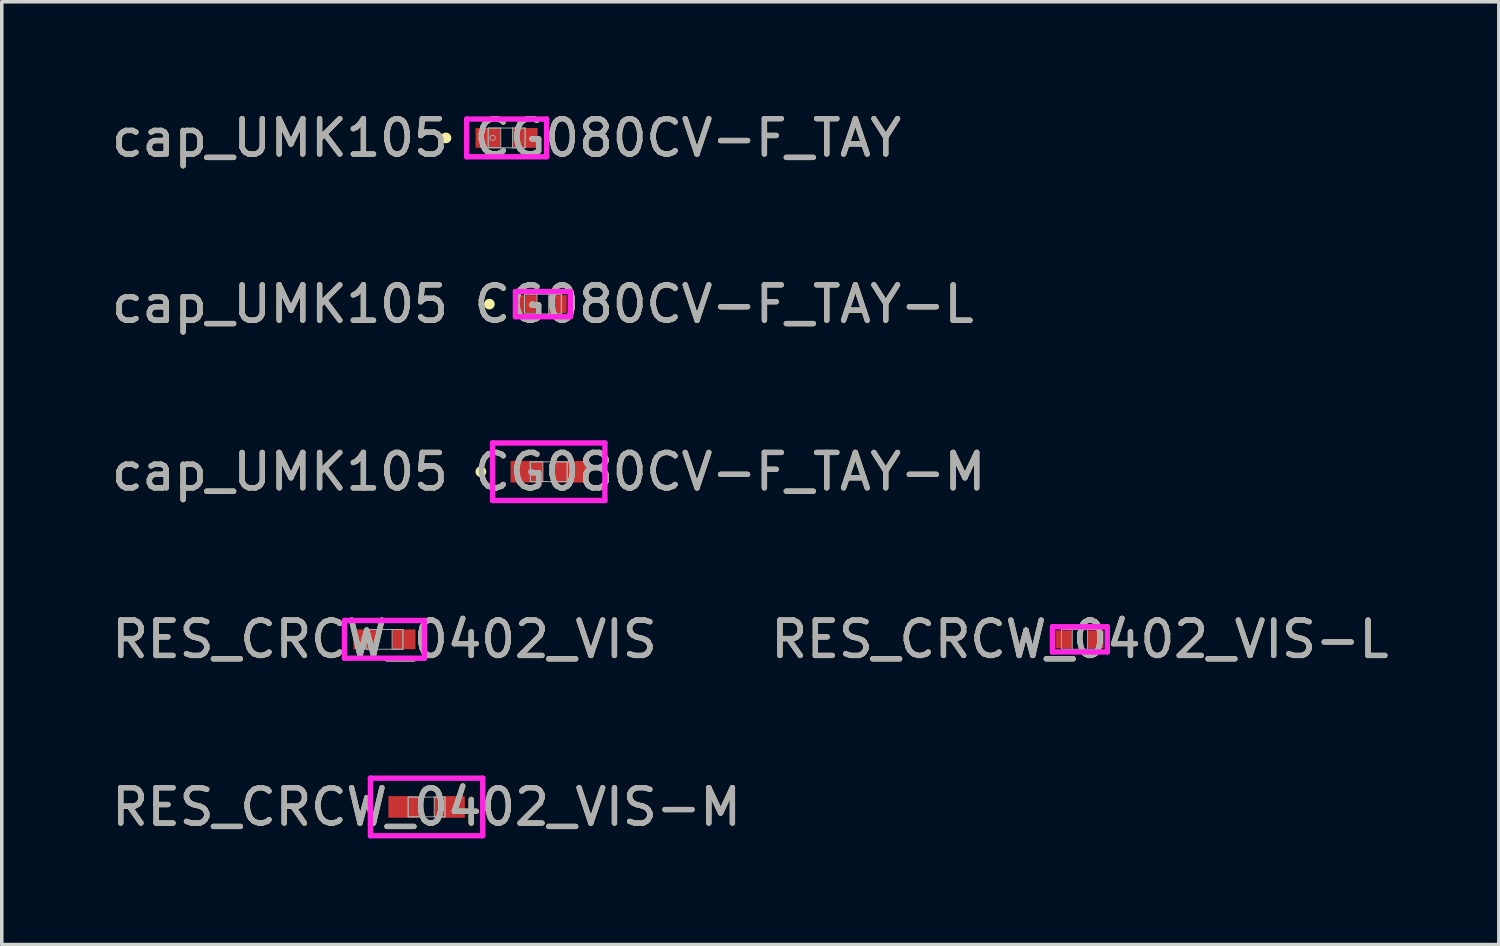
<source format=kicad_pcb>
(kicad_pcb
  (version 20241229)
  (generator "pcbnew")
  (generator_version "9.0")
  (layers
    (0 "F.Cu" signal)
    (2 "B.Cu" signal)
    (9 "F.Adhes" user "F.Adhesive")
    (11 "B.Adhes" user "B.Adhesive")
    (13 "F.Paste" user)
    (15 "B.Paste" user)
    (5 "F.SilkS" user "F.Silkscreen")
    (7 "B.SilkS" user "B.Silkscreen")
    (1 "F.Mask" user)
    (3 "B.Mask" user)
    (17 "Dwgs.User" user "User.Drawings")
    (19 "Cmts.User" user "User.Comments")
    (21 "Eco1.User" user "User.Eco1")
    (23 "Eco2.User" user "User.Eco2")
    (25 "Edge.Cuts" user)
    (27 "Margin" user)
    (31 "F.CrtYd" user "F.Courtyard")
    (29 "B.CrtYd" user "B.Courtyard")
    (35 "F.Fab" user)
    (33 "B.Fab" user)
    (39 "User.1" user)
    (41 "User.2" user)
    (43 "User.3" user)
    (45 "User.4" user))
  (footprint "RES_CRCW_0402_VIS-L"
    (layer "F.Cu")
    (at 27.47 15.019)
    (property "Reference" "RES_CRCW_0402_VIS-L" (at 0 0 0) (unlocked yes) (layer "F.SilkS") (effects (font (size 1 1) (thickness 0.15))))
    (attr smd)
    (fp_line (start -0.775 -0.356) (end 0.775 -0.356) (stroke (width 0.152) (type solid)) (layer "F.CrtYd"))
    (fp_line (start -0.775 0.356) (end -0.775 -0.356) (stroke (width 0.152) (type solid)) (layer "F.CrtYd"))
    (fp_line (start 0.775 -0.356) (end 0.775 0.356) (stroke (width 0.152) (type solid)) (layer "F.CrtYd"))
    (fp_line (start 0.775 0.356) (end -0.775 0.356) (stroke (width 0.152) (type solid)) (layer "F.CrtYd"))
    (fp_line (start -0.521 -0.279) (end -0.521 0.279) (stroke (width 0.025) (type solid)) (layer "F.Fab"))
    (fp_line (start -0.521 -0.279) (end -0.521 0.279) (stroke (width 0.025) (type solid)) (layer "F.Fab"))
    (fp_line (start -0.521 0.279) (end -0.216 0.279) (stroke (width 0.025) (type solid)) (layer "F.Fab"))
    (fp_line (start -0.521 0.279) (end 0.521 0.279) (stroke (width 0.025) (type solid)) (layer "F.Fab"))
    (fp_line (start -0.216 -0.279) (end -0.521 -0.279) (stroke (width 0.025) (type solid)) (layer "F.Fab"))
    (fp_line (start -0.216 0.279) (end -0.216 -0.279) (stroke (width 0.025) (type solid)) (layer "F.Fab"))
    (fp_line (start 0.216 -0.279) (end 0.216 0.279) (stroke (width 0.025) (type solid)) (layer "F.Fab"))
    (fp_line (start 0.216 0.279) (end 0.521 0.279) (stroke (width 0.025) (type solid)) (layer "F.Fab"))
    (fp_line (start 0.521 -0.279) (end -0.521 -0.279) (stroke (width 0.025) (type solid)) (layer "F.Fab"))
    (fp_line (start 0.521 -0.279) (end 0.216 -0.279) (stroke (width 0.025) (type solid)) (layer "F.Fab"))
    (fp_line (start 0.521 0.279) (end 0.521 -0.279) (stroke (width 0.025) (type solid)) (layer "F.Fab"))
    (fp_line (start 0.521 0.279) (end 0.521 -0.279) (stroke (width 0.025) (type solid)) (layer "F.Fab"))
    (fp_text user "${REFERENCE}" (at 0 0 0) (unlocked yes) (layer "F.Fab") (effects (font (size 1 1) (thickness 0.15))))
    (pad "1" smd rect (at -0.445 0) (size 0.457 0.508) (layers "F.Cu" "F.Mask" "F.Paste"))
    (pad "2" smd rect (at 0.445 0) (size 0.457 0.508) (layers "F.Cu" "F.Mask" "F.Paste"))
    (zone (net_name "") (layer "F.Cu") (hatch full 0.508) (connect_pads) (min_thickness 0.254) (filled_areas_thickness no) (keepout (tracks not_allowed) (vias not_allowed) (pads allowed) (copperpour not_allowed) (footprints allowed)) (placement (enabled no)) (fill) (polygon (pts (xy 27.305 14.791) (xy 27.635 14.791) (xy 27.635 15.248) (xy 27.305 15.248)))))
  (footprint "cap_UMK105 CG080CV-F_TAY-M"
    (layer "F.Cu")
    (at 12.458 10.282)
    (property "Reference" "cap_UMK105 CG080CV-F_TAY-M" (at 0 0 0) (unlocked yes) (layer "F.SilkS") (effects (font (size 1 1) (thickness 0.15))))
    (attr smd)
    (fp_circle (center -1.918 0) (end -1.841 0) (stroke (width 0.152) (type solid)) (fill no) (layer "F.SilkS"))
    (fp_line (start -1.587 -0.813) (end 1.587 -0.813) (stroke (width 0.152) (type solid)) (layer "F.CrtYd"))
    (fp_line (start -1.587 0.813) (end -1.587 -0.813) (stroke (width 0.152) (type solid)) (layer "F.CrtYd"))
    (fp_line (start 1.587 -0.813) (end 1.587 0.813) (stroke (width 0.152) (type solid)) (layer "F.CrtYd"))
    (fp_line (start 1.587 0.813) (end -1.587 0.813) (stroke (width 0.152) (type solid)) (layer "F.CrtYd"))
    (fp_line (start -0.521 -0.279) (end -0.521 0.279) (stroke (width 0.025) (type solid)) (layer "F.Fab"))
    (fp_line (start -0.521 -0.279) (end -0.521 0.279) (stroke (width 0.025) (type solid)) (layer "F.Fab"))
    (fp_line (start -0.521 0.279) (end -0.165 0.279) (stroke (width 0.025) (type solid)) (layer "F.Fab"))
    (fp_line (start -0.521 0.279) (end 0.521 0.279) (stroke (width 0.025) (type solid)) (layer "F.Fab"))
    (fp_line (start -0.165 -0.279) (end -0.521 -0.279) (stroke (width 0.025) (type solid)) (layer "F.Fab"))
    (fp_line (start -0.165 0.279) (end -0.165 -0.279) (stroke (width 0.025) (type solid)) (layer "F.Fab"))
    (fp_line (start 0.165 -0.279) (end 0.165 0.279) (stroke (width 0.025) (type solid)) (layer "F.Fab"))
    (fp_line (start 0.165 0.279) (end 0.521 0.279) (stroke (width 0.025) (type solid)) (layer "F.Fab"))
    (fp_line (start 0.521 -0.279) (end -0.521 -0.279) (stroke (width 0.025) (type solid)) (layer "F.Fab"))
    (fp_line (start 0.521 -0.279) (end 0.165 -0.279) (stroke (width 0.025) (type solid)) (layer "F.Fab"))
    (fp_line (start 0.521 0.279) (end 0.521 -0.279) (stroke (width 0.025) (type solid)) (layer "F.Fab"))
    (fp_line (start 0.521 0.279) (end 0.521 -0.279) (stroke (width 0.025) (type solid)) (layer "F.Fab"))
    (fp_circle (center -0.495 0) (end -0.419 0) (stroke (width 0.025) (type solid)) (fill no) (layer "F.Fab"))
    (fp_text user "${REFERENCE}" (at 0 0 0) (unlocked yes) (layer "F.Fab") (effects (font (size 1 1) (thickness 0.15))))
    (pad "1" smd rect (at -0.622 0) (size 0.914 0.61) (layers "F.Cu" "F.Mask" "F.Paste"))
    (pad "2" smd rect (at 0.622 0) (size 0.914 0.61) (layers "F.Cu" "F.Mask" "F.Paste"))
    (zone (net_name "") (layer "F.Cu") (hatch full 0.508) (connect_pads) (min_thickness 0.254) (filled_areas_thickness no) (keepout (tracks not_allowed) (vias not_allowed) (pads allowed) (copperpour not_allowed) (footprints allowed)) (placement (enabled no)) (fill) (polygon (pts (xy 12.344 10.053) (xy 12.573 10.053) (xy 12.573 10.511) (xy 12.344 10.511)))))
  (footprint "RES_CRCW_0402_VIS"
    (layer "F.Cu")
    (at 7.815 15.019)
    (property "Reference" "RES_CRCW_0402_VIS" (at 0 0 0) (unlocked yes) (layer "F.SilkS") (effects (font (size 1 1) (thickness 0.15))))
    (attr smd)
    (fp_line (start -1.13 -0.533) (end 1.13 -0.533) (stroke (width 0.152) (type solid)) (layer "F.CrtYd"))
    (fp_line (start -1.13 0.533) (end -1.13 -0.533) (stroke (width 0.152) (type solid)) (layer "F.CrtYd"))
    (fp_line (start 1.13 -0.533) (end 1.13 0.533) (stroke (width 0.152) (type solid)) (layer "F.CrtYd"))
    (fp_line (start 1.13 0.533) (end -1.13 0.533) (stroke (width 0.152) (type solid)) (layer "F.CrtYd"))
    (fp_line (start -0.521 -0.279) (end -0.521 0.279) (stroke (width 0.025) (type solid)) (layer "F.Fab"))
    (fp_line (start -0.521 -0.279) (end -0.521 0.279) (stroke (width 0.025) (type solid)) (layer "F.Fab"))
    (fp_line (start -0.521 0.279) (end -0.216 0.279) (stroke (width 0.025) (type solid)) (layer "F.Fab"))
    (fp_line (start -0.521 0.279) (end 0.521 0.279) (stroke (width 0.025) (type solid)) (layer "F.Fab"))
    (fp_line (start -0.216 -0.279) (end -0.521 -0.279) (stroke (width 0.025) (type solid)) (layer "F.Fab"))
    (fp_line (start -0.216 0.279) (end -0.216 -0.279) (stroke (width 0.025) (type solid)) (layer "F.Fab"))
    (fp_line (start 0.216 -0.279) (end 0.216 0.279) (stroke (width 0.025) (type solid)) (layer "F.Fab"))
    (fp_line (start 0.216 0.279) (end 0.521 0.279) (stroke (width 0.025) (type solid)) (layer "F.Fab"))
    (fp_line (start 0.521 -0.279) (end -0.521 -0.279) (stroke (width 0.025) (type solid)) (layer "F.Fab"))
    (fp_line (start 0.521 -0.279) (end 0.216 -0.279) (stroke (width 0.025) (type solid)) (layer "F.Fab"))
    (fp_line (start 0.521 0.279) (end 0.521 -0.279) (stroke (width 0.025) (type solid)) (layer "F.Fab"))
    (fp_line (start 0.521 0.279) (end 0.521 -0.279) (stroke (width 0.025) (type solid)) (layer "F.Fab"))
    (fp_text user "${REFERENCE}" (at 0 0 0) (unlocked yes) (layer "F.Fab") (effects (font (size 1 1) (thickness 0.15))))
    (pad "1" smd rect (at -0.546 0) (size 0.66 0.559) (layers "F.Cu" "F.Mask" "F.Paste"))
    (pad "2" smd rect (at 0.546 0) (size 0.66 0.559) (layers "F.Cu" "F.Mask" "F.Paste"))
    (zone (net_name "") (layer "F.Cu") (hatch full 0.508) (connect_pads) (min_thickness 0.254) (filled_areas_thickness no) (keepout (tracks not_allowed) (vias not_allowed) (pads allowed) (copperpour not_allowed) (footprints allowed)) (placement (enabled no)) (fill) (polygon (pts (xy 7.65 14.791) (xy 7.981 14.791) (xy 7.981 15.248) (xy 7.65 15.248)))))
  (footprint "cap_UMK105 CG080CV-F_TAY"
    (layer "F.Cu")
    (at 11.268 0.848)
    (property "Reference" "cap_UMK105 CG080CV-F_TAY" (at 0 0 0) (unlocked yes) (layer "F.SilkS") (effects (font (size 1 1) (thickness 0.15))))
    (attr smd)
    (fp_circle (center -1.714 0) (end -1.638 0) (stroke (width 0.152) (type solid)) (fill no) (layer "F.SilkS"))
    (fp_line (start -1.13 -0.533) (end 1.13 -0.533) (stroke (width 0.152) (type solid)) (layer "F.CrtYd"))
    (fp_line (start -1.13 0.533) (end -1.13 -0.533) (stroke (width 0.152) (type solid)) (layer "F.CrtYd"))
    (fp_line (start 1.13 -0.533) (end 1.13 0.533) (stroke (width 0.152) (type solid)) (layer "F.CrtYd"))
    (fp_line (start 1.13 0.533) (end -1.13 0.533) (stroke (width 0.152) (type solid)) (layer "F.CrtYd"))
    (fp_line (start -0.521 -0.279) (end -0.521 0.279) (stroke (width 0.025) (type solid)) (layer "F.Fab"))
    (fp_line (start -0.521 -0.279) (end -0.521 0.279) (stroke (width 0.025) (type solid)) (layer "F.Fab"))
    (fp_line (start -0.521 0.279) (end -0.165 0.279) (stroke (width 0.025) (type solid)) (layer "F.Fab"))
    (fp_line (start -0.521 0.279) (end 0.521 0.279) (stroke (width 0.025) (type solid)) (layer "F.Fab"))
    (fp_line (start -0.165 -0.279) (end -0.521 -0.279) (stroke (width 0.025) (type solid)) (layer "F.Fab"))
    (fp_line (start -0.165 0.279) (end -0.165 -0.279) (stroke (width 0.025) (type solid)) (layer "F.Fab"))
    (fp_line (start 0.165 -0.279) (end 0.165 0.279) (stroke (width 0.025) (type solid)) (layer "F.Fab"))
    (fp_line (start 0.165 0.279) (end 0.521 0.279) (stroke (width 0.025) (type solid)) (layer "F.Fab"))
    (fp_line (start 0.521 -0.279) (end -0.521 -0.279) (stroke (width 0.025) (type solid)) (layer "F.Fab"))
    (fp_line (start 0.521 -0.279) (end 0.165 -0.279) (stroke (width 0.025) (type solid)) (layer "F.Fab"))
    (fp_line (start 0.521 0.279) (end 0.521 -0.279) (stroke (width 0.025) (type solid)) (layer "F.Fab"))
    (fp_line (start 0.521 0.279) (end 0.521 -0.279) (stroke (width 0.025) (type solid)) (layer "F.Fab"))
    (fp_circle (center -0.394 0) (end -0.318 0) (stroke (width 0.025) (type solid)) (fill no) (layer "F.Fab"))
    (fp_text user "${REFERENCE}" (at 0 0 0) (unlocked yes) (layer "F.Fab") (effects (font (size 1 1) (thickness 0.15))))
    (pad "1" smd rect (at -0.521 0) (size 0.711 0.559) (layers "F.Cu" "F.Mask" "F.Paste"))
    (pad "2" smd rect (at 0.521 0) (size 0.711 0.559) (layers "F.Cu" "F.Mask" "F.Paste"))
    (zone (net_name "") (layer "F.Cu") (hatch full 0.508) (connect_pads) (min_thickness 0.254) (filled_areas_thickness no) (keepout (tracks not_allowed) (vias not_allowed) (pads allowed) (copperpour not_allowed) (footprints allowed)) (placement (enabled no)) (fill) (polygon (pts (xy 11.154 0.62) (xy 11.382 0.62) (xy 11.382 1.077) (xy 11.154 1.077)))))
  (footprint "RES_CRCW_0402_VIS-M"
    (layer "F.Cu")
    (at 9.006 19.756)
    (property "Reference" "RES_CRCW_0402_VIS-M" (at 0 0 0) (unlocked yes) (layer "F.SilkS") (effects (font (size 1 1) (thickness 0.15))))
    (attr smd)
    (fp_line (start -1.587 -0.813) (end 1.587 -0.813) (stroke (width 0.152) (type solid)) (layer "F.CrtYd"))
    (fp_line (start -1.587 0.813) (end -1.587 -0.813) (stroke (width 0.152) (type solid)) (layer "F.CrtYd"))
    (fp_line (start 1.587 -0.813) (end 1.587 0.813) (stroke (width 0.152) (type solid)) (layer "F.CrtYd"))
    (fp_line (start 1.587 0.813) (end -1.587 0.813) (stroke (width 0.152) (type solid)) (layer "F.CrtYd"))
    (fp_line (start -0.521 -0.279) (end -0.521 0.279) (stroke (width 0.025) (type solid)) (layer "F.Fab"))
    (fp_line (start -0.521 -0.279) (end -0.521 0.279) (stroke (width 0.025) (type solid)) (layer "F.Fab"))
    (fp_line (start -0.521 0.279) (end -0.216 0.279) (stroke (width 0.025) (type solid)) (layer "F.Fab"))
    (fp_line (start -0.521 0.279) (end 0.521 0.279) (stroke (width 0.025) (type solid)) (layer "F.Fab"))
    (fp_line (start -0.216 -0.279) (end -0.521 -0.279) (stroke (width 0.025) (type solid)) (layer "F.Fab"))
    (fp_line (start -0.216 0.279) (end -0.216 -0.279) (stroke (width 0.025) (type solid)) (layer "F.Fab"))
    (fp_line (start 0.216 -0.279) (end 0.216 0.279) (stroke (width 0.025) (type solid)) (layer "F.Fab"))
    (fp_line (start 0.216 0.279) (end 0.521 0.279) (stroke (width 0.025) (type solid)) (layer "F.Fab"))
    (fp_line (start 0.521 -0.279) (end -0.521 -0.279) (stroke (width 0.025) (type solid)) (layer "F.Fab"))
    (fp_line (start 0.521 -0.279) (end 0.216 -0.279) (stroke (width 0.025) (type solid)) (layer "F.Fab"))
    (fp_line (start 0.521 0.279) (end 0.521 -0.279) (stroke (width 0.025) (type solid)) (layer "F.Fab"))
    (fp_line (start 0.521 0.279) (end 0.521 -0.279) (stroke (width 0.025) (type solid)) (layer "F.Fab"))
    (fp_text user "${REFERENCE}" (at 0 0 0) (unlocked yes) (layer "F.Fab") (effects (font (size 1 1) (thickness 0.15))))
    (pad "1" smd rect (at -0.648 0) (size 0.864 0.61) (layers "F.Cu" "F.Mask" "F.Paste"))
    (pad "2" smd rect (at 0.648 0) (size 0.864 0.61) (layers "F.Cu" "F.Mask" "F.Paste"))
    (zone (net_name "") (layer "F.Cu") (hatch full 0.508) (connect_pads) (min_thickness 0.254) (filled_areas_thickness no) (keepout (tracks not_allowed) (vias not_allowed) (pads allowed) (copperpour not_allowed) (footprints allowed)) (placement (enabled no)) (fill) (polygon (pts (xy 8.841 19.528) (xy 9.171 19.528) (xy 9.171 19.985) (xy 8.841 19.985)))))
  (footprint "cap_UMK105 CG080CV-F_TAY-L"
    (layer "F.Cu")
    (at 12.292 5.545)
    (property "Reference" "cap_UMK105 CG080CV-F_TAY-L" (at 0 0 0) (unlocked yes) (layer "F.SilkS") (effects (font (size 1 1) (thickness 0.15))))
    (attr smd)
    (fp_circle (center -1.511 0) (end -1.435 0) (stroke (width 0.152) (type solid)) (fill no) (layer "F.SilkS"))
    (fp_line (start -0.775 -0.356) (end 0.775 -0.356) (stroke (width 0.152) (type solid)) (layer "F.CrtYd"))
    (fp_line (start -0.775 0.356) (end -0.775 -0.356) (stroke (width 0.152) (type solid)) (layer "F.CrtYd"))
    (fp_line (start 0.775 -0.356) (end 0.775 0.356) (stroke (width 0.152) (type solid)) (layer "F.CrtYd"))
    (fp_line (start 0.775 0.356) (end -0.775 0.356) (stroke (width 0.152) (type solid)) (layer "F.CrtYd"))
    (fp_line (start -0.521 -0.279) (end -0.521 0.279) (stroke (width 0.025) (type solid)) (layer "F.Fab"))
    (fp_line (start -0.521 -0.279) (end -0.521 0.279) (stroke (width 0.025) (type solid)) (layer "F.Fab"))
    (fp_line (start -0.521 0.279) (end -0.165 0.279) (stroke (width 0.025) (type solid)) (layer "F.Fab"))
    (fp_line (start -0.521 0.279) (end 0.521 0.279) (stroke (width 0.025) (type solid)) (layer "F.Fab"))
    (fp_line (start -0.165 -0.279) (end -0.521 -0.279) (stroke (width 0.025) (type solid)) (layer "F.Fab"))
    (fp_line (start -0.165 0.279) (end -0.165 -0.279) (stroke (width 0.025) (type solid)) (layer "F.Fab"))
    (fp_line (start 0.165 -0.279) (end 0.165 0.279) (stroke (width 0.025) (type solid)) (layer "F.Fab"))
    (fp_line (start 0.165 0.279) (end 0.521 0.279) (stroke (width 0.025) (type solid)) (layer "F.Fab"))
    (fp_line (start 0.521 -0.279) (end -0.521 -0.279) (stroke (width 0.025) (type solid)) (layer "F.Fab"))
    (fp_line (start 0.521 -0.279) (end 0.165 -0.279) (stroke (width 0.025) (type solid)) (layer "F.Fab"))
    (fp_line (start 0.521 0.279) (end 0.521 -0.279) (stroke (width 0.025) (type solid)) (layer "F.Fab"))
    (fp_line (start 0.521 0.279) (end 0.521 -0.279) (stroke (width 0.025) (type solid)) (layer "F.Fab"))
    (fp_circle (center -0.292 0) (end -0.216 0) (stroke (width 0.025) (type solid)) (fill no) (layer "F.Fab"))
    (fp_text user "${REFERENCE}" (at 0 0 0) (unlocked yes) (layer "F.Fab") (effects (font (size 1 1) (thickness 0.15))))
    (pad "1" smd rect (at -0.419 0) (size 0.508 0.508) (layers "F.Cu" "F.Mask" "F.Paste"))
    (pad "2" smd rect (at 0.419 0) (size 0.508 0.508) (layers "F.Cu" "F.Mask" "F.Paste"))
    (zone (net_name "") (layer "F.Cu") (hatch full 0.508) (connect_pads) (min_thickness 0.254) (filled_areas_thickness no) (keepout (tracks not_allowed) (vias not_allowed) (pads allowed) (copperpour not_allowed) (footprints allowed)) (placement (enabled no)) (fill) (polygon (pts (xy 12.177 5.316) (xy 12.406 5.316) (xy 12.406 5.773) (xy 12.177 5.773)))))
  (gr_rect
    (start -3 -3)
    (end 39.31 23.645)
    (stroke (width 0.1) (type default))
    (fill no)
    (layer "Edge.Cuts")))
</source>
